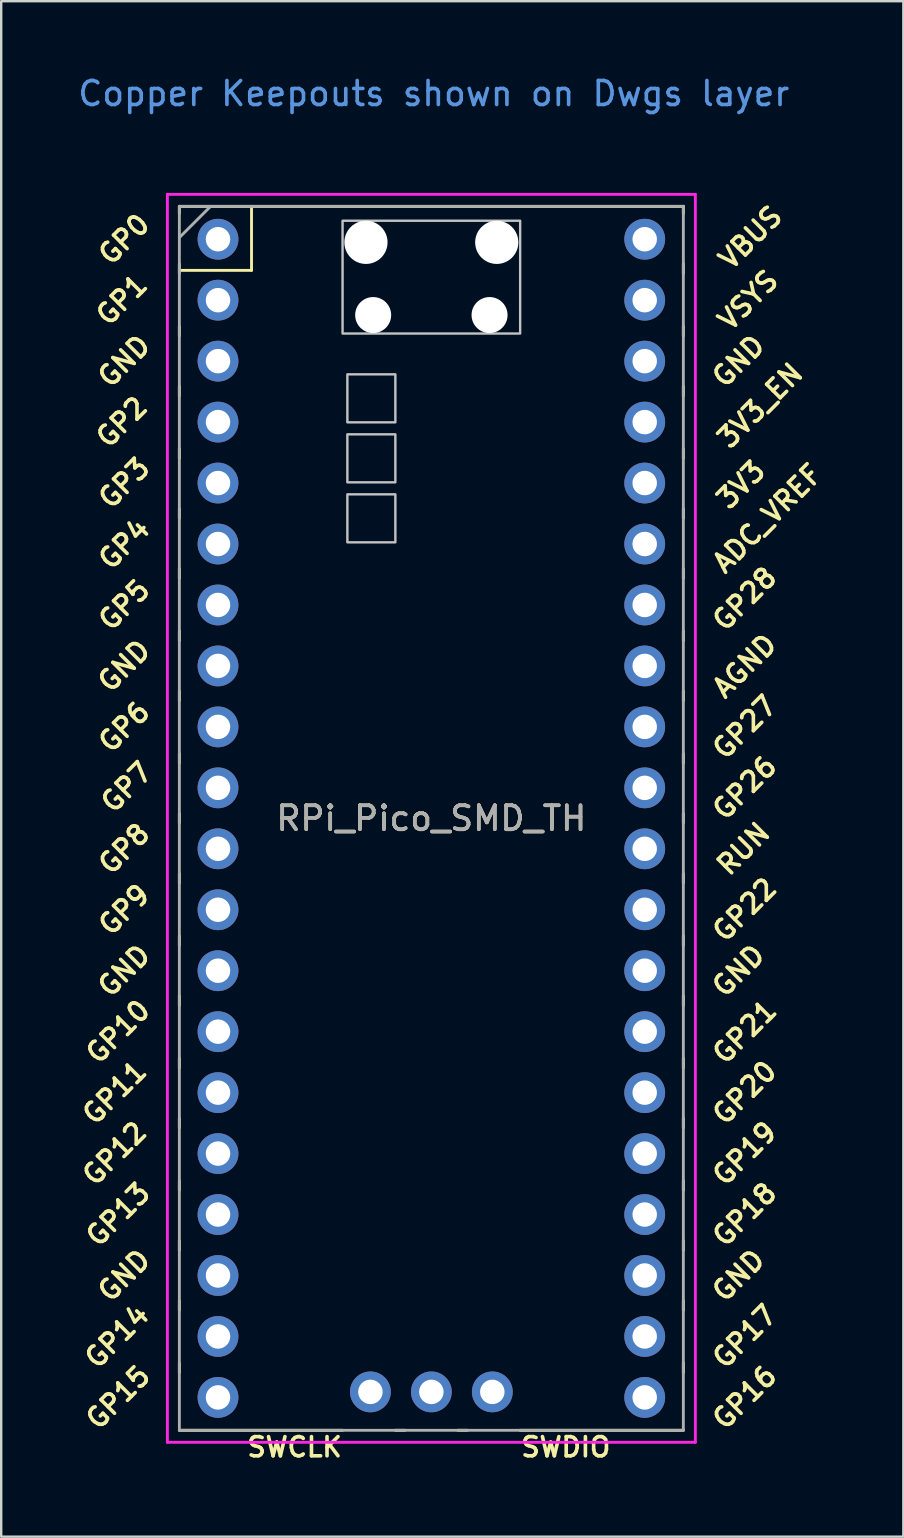
<source format=kicad_pcb>
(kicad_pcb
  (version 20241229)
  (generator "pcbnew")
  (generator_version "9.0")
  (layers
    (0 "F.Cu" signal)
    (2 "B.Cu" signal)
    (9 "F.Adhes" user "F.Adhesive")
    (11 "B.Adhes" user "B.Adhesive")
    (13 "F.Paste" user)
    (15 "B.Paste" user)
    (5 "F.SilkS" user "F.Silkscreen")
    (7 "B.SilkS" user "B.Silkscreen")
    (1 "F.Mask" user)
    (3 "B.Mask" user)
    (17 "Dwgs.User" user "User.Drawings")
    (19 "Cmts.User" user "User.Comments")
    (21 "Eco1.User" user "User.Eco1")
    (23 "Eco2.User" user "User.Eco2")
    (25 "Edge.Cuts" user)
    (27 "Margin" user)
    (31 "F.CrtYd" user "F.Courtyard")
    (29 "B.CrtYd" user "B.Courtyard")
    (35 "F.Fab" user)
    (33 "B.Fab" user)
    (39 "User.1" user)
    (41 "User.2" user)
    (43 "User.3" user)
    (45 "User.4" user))
  (footprint "RPi_Pico_SMD_TH"
    (layer "F.Cu")
    (at 14.924 31.048)
    (property "Reference" "RPi_Pico_SMD_TH" (at 0 0 0) (layer "F.SilkS") (effects (font (size 1 1) (thickness 0.15))))
    (attr through_hole)
    (fp_line (start -10.5 -25.5) (end -10.5 -25.2) (stroke (width 0.12) (type solid)) (layer "F.SilkS"))
    (fp_line (start -10.5 -25.5) (end 10.5 -25.5) (stroke (width 0.12) (type solid)) (layer "F.SilkS"))
    (fp_line (start -10.5 -23.1) (end -10.5 -22.7) (stroke (width 0.12) (type solid)) (layer "F.SilkS"))
    (fp_line (start -10.5 -22.833) (end -7.493 -22.833) (stroke (width 0.12) (type solid)) (layer "F.SilkS"))
    (fp_line (start -10.5 -20.5) (end -10.5 -20.1) (stroke (width 0.12) (type solid)) (layer "F.SilkS"))
    (fp_line (start -10.5 -18) (end -10.5 -17.6) (stroke (width 0.12) (type solid)) (layer "F.SilkS"))
    (fp_line (start -10.5 -15.4) (end -10.5 -15) (stroke (width 0.12) (type solid)) (layer "F.SilkS"))
    (fp_line (start -10.5 -12.9) (end -10.5 -12.5) (stroke (width 0.12) (type solid)) (layer "F.SilkS"))
    (fp_line (start -10.5 -10.4) (end -10.5 -10) (stroke (width 0.12) (type solid)) (layer "F.SilkS"))
    (fp_line (start -10.5 -7.8) (end -10.5 -7.4) (stroke (width 0.12) (type solid)) (layer "F.SilkS"))
    (fp_line (start -10.5 -5.3) (end -10.5 -4.9) (stroke (width 0.12) (type solid)) (layer "F.SilkS"))
    (fp_line (start -10.5 -2.7) (end -10.5 -2.3) (stroke (width 0.12) (type solid)) (layer "F.SilkS"))
    (fp_line (start -10.5 -0.2) (end -10.5 0.2) (stroke (width 0.12) (type solid)) (layer "F.SilkS"))
    (fp_line (start -10.5 2.3) (end -10.5 2.7) (stroke (width 0.12) (type solid)) (layer "F.SilkS"))
    (fp_line (start -10.5 4.9) (end -10.5 5.3) (stroke (width 0.12) (type solid)) (layer "F.SilkS"))
    (fp_line (start -10.5 7.4) (end -10.5 7.8) (stroke (width 0.12) (type solid)) (layer "F.SilkS"))
    (fp_line (start -10.5 10) (end -10.5 10.4) (stroke (width 0.12) (type solid)) (layer "F.SilkS"))
    (fp_line (start -10.5 12.5) (end -10.5 12.9) (stroke (width 0.12) (type solid)) (layer "F.SilkS"))
    (fp_line (start -10.5 15.1) (end -10.5 15.5) (stroke (width 0.12) (type solid)) (layer "F.SilkS"))
    (fp_line (start -10.5 17.6) (end -10.5 18) (stroke (width 0.12) (type solid)) (layer "F.SilkS"))
    (fp_line (start -10.5 20.1) (end -10.5 20.5) (stroke (width 0.12) (type solid)) (layer "F.SilkS"))
    (fp_line (start -10.5 22.7) (end -10.5 23.1) (stroke (width 0.12) (type solid)) (layer "F.SilkS"))
    (fp_line (start -7.493 -22.833) (end -7.493 -25.5) (stroke (width 0.12) (type solid)) (layer "F.SilkS"))
    (fp_line (start -3.7 25.5) (end -10.5 25.5) (stroke (width 0.12) (type solid)) (layer "F.SilkS"))
    (fp_line (start -1.5 25.5) (end -1.1 25.5) (stroke (width 0.12) (type solid)) (layer "F.SilkS"))
    (fp_line (start 1.1 25.5) (end 1.5 25.5) (stroke (width 0.12) (type solid)) (layer "F.SilkS"))
    (fp_line (start 10.5 -25.5) (end 10.5 -25.2) (stroke (width 0.12) (type solid)) (layer "F.SilkS"))
    (fp_line (start 10.5 -23.1) (end 10.5 -22.7) (stroke (width 0.12) (type solid)) (layer "F.SilkS"))
    (fp_line (start 10.5 -20.5) (end 10.5 -20.1) (stroke (width 0.12) (type solid)) (layer "F.SilkS"))
    (fp_line (start 10.5 -18) (end 10.5 -17.6) (stroke (width 0.12) (type solid)) (layer "F.SilkS"))
    (fp_line (start 10.5 -15.4) (end 10.5 -15) (stroke (width 0.12) (type solid)) (layer "F.SilkS"))
    (fp_line (start 10.5 -12.9) (end 10.5 -12.5) (stroke (width 0.12) (type solid)) (layer "F.SilkS"))
    (fp_line (start 10.5 -10.4) (end 10.5 -10) (stroke (width 0.12) (type solid)) (layer "F.SilkS"))
    (fp_line (start 10.5 -7.8) (end 10.5 -7.4) (stroke (width 0.12) (type solid)) (layer "F.SilkS"))
    (fp_line (start 10.5 -5.3) (end 10.5 -4.9) (stroke (width 0.12) (type solid)) (layer "F.SilkS"))
    (fp_line (start 10.5 -2.7) (end 10.5 -2.3) (stroke (width 0.12) (type solid)) (layer "F.SilkS"))
    (fp_line (start 10.5 -0.2) (end 10.5 0.2) (stroke (width 0.12) (type solid)) (layer "F.SilkS"))
    (fp_line (start 10.5 2.3) (end 10.5 2.7) (stroke (width 0.12) (type solid)) (layer "F.SilkS"))
    (fp_line (start 10.5 4.9) (end 10.5 5.3) (stroke (width 0.12) (type solid)) (layer "F.SilkS"))
    (fp_line (start 10.5 7.4) (end 10.5 7.8) (stroke (width 0.12) (type solid)) (layer "F.SilkS"))
    (fp_line (start 10.5 10) (end 10.5 10.4) (stroke (width 0.12) (type solid)) (layer "F.SilkS"))
    (fp_line (start 10.5 12.5) (end 10.5 12.9) (stroke (width 0.12) (type solid)) (layer "F.SilkS"))
    (fp_line (start 10.5 15.1) (end 10.5 15.5) (stroke (width 0.12) (type solid)) (layer "F.SilkS"))
    (fp_line (start 10.5 17.6) (end 10.5 18) (stroke (width 0.12) (type solid)) (layer "F.SilkS"))
    (fp_line (start 10.5 20.1) (end 10.5 20.5) (stroke (width 0.12) (type solid)) (layer "F.SilkS"))
    (fp_line (start 10.5 22.7) (end 10.5 23.1) (stroke (width 0.12) (type solid)) (layer "F.SilkS"))
    (fp_line (start 10.5 25.5) (end 3.7 25.5) (stroke (width 0.12) (type solid)) (layer "F.SilkS"))
    (fp_poly (pts (xy -1.5 -16.5) (xy -3.5 -16.5) (xy -3.5 -18.5) (xy -1.5 -18.5)) (stroke (width 0.1) (type solid)) (fill no) (layer "Dwgs.User"))
    (fp_poly (pts (xy -1.5 -14) (xy -3.5 -14) (xy -3.5 -16) (xy -1.5 -16)) (stroke (width 0.1) (type solid)) (fill no) (layer "Dwgs.User"))
    (fp_poly (pts (xy -1.5 -11.5) (xy -3.5 -11.5) (xy -3.5 -13.5) (xy -1.5 -13.5)) (stroke (width 0.1) (type solid)) (fill no) (layer "Dwgs.User"))
    (fp_poly (pts (xy 3.7 -20.2) (xy -3.7 -20.2) (xy -3.7 -24.9) (xy 3.7 -24.9)) (stroke (width 0.1) (type solid)) (fill no) (layer "Dwgs.User"))
    (fp_line (start -11 -26) (end 11 -26) (stroke (width 0.12) (type solid)) (layer "F.CrtYd"))
    (fp_line (start -11 26) (end -11 -26) (stroke (width 0.12) (type solid)) (layer "F.CrtYd"))
    (fp_line (start 11 -26) (end 11 26) (stroke (width 0.12) (type solid)) (layer "F.CrtYd"))
    (fp_line (start 11 26) (end -11 26) (stroke (width 0.12) (type solid)) (layer "F.CrtYd"))
    (fp_line (start -10.5 -25.5) (end 10.5 -25.5) (stroke (width 0.12) (type solid)) (layer "F.Fab"))
    (fp_line (start -10.5 -24.2) (end -9.2 -25.5) (stroke (width 0.12) (type solid)) (layer "F.Fab"))
    (fp_line (start -10.5 25.5) (end -10.5 -25.5) (stroke (width 0.12) (type solid)) (layer "F.Fab"))
    (fp_line (start 10.5 -25.5) (end 10.5 25.5) (stroke (width 0.12) (type solid)) (layer "F.Fab"))
    (fp_line (start 10.5 25.5) (end -10.5 25.5) (stroke (width 0.12) (type solid)) (layer "F.Fab"))
    (fp_text user "GP8" (at -12.8 1.27 45) (layer "F.SilkS") (effects (font (size 0.8 0.8) (thickness 0.15))))
    (fp_text user "RUN" (at 13 1.27 45) (layer "F.SilkS") (effects (font (size 0.8 0.8) (thickness 0.15))))
    (fp_text user "3V3" (at 12.9 -13.9 45) (layer "F.SilkS") (effects (font (size 0.8 0.8) (thickness 0.15))))
    (fp_text user "GP21" (at 13.054 8.9 45) (layer "F.SilkS") (effects (font (size 0.8 0.8) (thickness 0.15))))
    (fp_text user "GP2" (at -12.9 -16.51 45) (layer "F.SilkS") (effects (font (size 0.8 0.8) (thickness 0.15))))
    (fp_text user "GP1" (at -12.9 -21.6 45) (layer "F.SilkS") (effects (font (size 0.8 0.8) (thickness 0.15))))
    (fp_text user "VBUS" (at 13.3 -24.2 45) (layer "F.SilkS") (effects (font (size 0.8 0.8) (thickness 0.15))))
    (fp_text user "GP6" (at -12.8 -3.81 45) (layer "F.SilkS") (effects (font (size 0.8 0.8) (thickness 0.15))))
    (fp_text user "GND" (at 12.8 -19.05 45) (layer "F.SilkS") (effects (font (size 0.8 0.8) (thickness 0.15))))
    (fp_text user "GP28" (at 13.054 -9.144 45) (layer "F.SilkS") (effects (font (size 0.8 0.8) (thickness 0.15))))
    (fp_text user "ADC_VREF" (at 14 -12.5 45) (layer "F.SilkS") (effects (font (size 0.8 0.8) (thickness 0.15))))
    (fp_text user "GP22" (at 13.054 3.81 45) (layer "F.SilkS") (effects (font (size 0.8 0.8) (thickness 0.15))))
    (fp_text user "3V3_EN" (at 13.7 -17.2 45) (layer "F.SilkS") (effects (font (size 0.8 0.8) (thickness 0.15))))
    (fp_text user "GP18" (at 13.054 16.51 45) (layer "F.SilkS") (effects (font (size 0.8 0.8) (thickness 0.15))))
    (fp_text user "GND" (at -12.8 -6.35 45) (layer "F.SilkS") (effects (font (size 0.8 0.8) (thickness 0.15))))
    (fp_text user "GP11" (at -13.2 11.43 45) (layer "F.SilkS") (effects (font (size 0.8 0.8) (thickness 0.15))))
    (fp_text user "GP19" (at 13.054 13.97 45) (layer "F.SilkS") (effects (font (size 0.8 0.8) (thickness 0.15))))
    (fp_text user "GP9" (at -12.8 3.81 45) (layer "F.SilkS") (effects (font (size 0.8 0.8) (thickness 0.15))))
    (fp_text user "VSYS" (at 13.2 -21.59 45) (layer "F.SilkS") (effects (font (size 0.8 0.8) (thickness 0.15))))
    (fp_text user "GND" (at -12.8 -19.05 45) (layer "F.SilkS") (effects (font (size 0.8 0.8) (thickness 0.15))))
    (fp_text user "GP27" (at 13.054 -3.8 45) (layer "F.SilkS") (effects (font (size 0.8 0.8) (thickness 0.15))))
    (fp_text user "GP13" (at -13.054 16.51 45) (layer "F.SilkS") (effects (font (size 0.8 0.8) (thickness 0.15))))
    (fp_text user "GP5" (at -12.8 -8.89 45) (layer "F.SilkS") (effects (font (size 0.8 0.8) (thickness 0.15))))
    (fp_text user "GP10" (at -13.054 8.89 45) (layer "F.SilkS") (effects (font (size 0.8 0.8) (thickness 0.15))))
    (fp_text user "GP14" (at -13.1 21.59 45) (layer "F.SilkS") (effects (font (size 0.8 0.8) (thickness 0.15))))
    (fp_text user "GND" (at -12.8 6.35 45) (layer "F.SilkS") (effects (font (size 0.8 0.8) (thickness 0.15))))
    (fp_text user "GND" (at -12.8 19.05 45) (layer "F.SilkS") (effects (font (size 0.8 0.8) (thickness 0.15))))
    (fp_text user "GND" (at 12.8 6.35 45) (layer "F.SilkS") (effects (font (size 0.8 0.8) (thickness 0.15))))
    (fp_text user "GP20" (at 13.054 11.43 45) (layer "F.SilkS") (effects (font (size 0.8 0.8) (thickness 0.15))))
    (fp_text user "GP16" (at 13.054 24.13 45) (layer "F.SilkS") (effects (font (size 0.8 0.8) (thickness 0.15))))
    (fp_text user "GP4" (at -12.8 -11.43 45) (layer "F.SilkS") (effects (font (size 0.8 0.8) (thickness 0.15))))
    (fp_text user "GP3" (at -12.8 -13.97 45) (layer "F.SilkS") (effects (font (size 0.8 0.8) (thickness 0.15))))
    (fp_text user "GND" (at 12.8 19.05 45) (layer "F.SilkS") (effects (font (size 0.8 0.8) (thickness 0.15))))
    (fp_text user "GP15" (at -13.054 24.13 45) (layer "F.SilkS") (effects (font (size 0.8 0.8) (thickness 0.15))))
    (fp_text user "SWDIO" (at 5.6 26.2 0) (layer "F.SilkS") (effects (font (size 0.8 0.8) (thickness 0.15))))
    (fp_text user "GP17" (at 13.054 21.59 45) (layer "F.SilkS") (effects (font (size 0.8 0.8) (thickness 0.15))))
    (fp_text user "GP12" (at -13.2 13.97 45) (layer "F.SilkS") (effects (font (size 0.8 0.8) (thickness 0.15))))
    (fp_text user "AGND" (at 13.054 -6.35 45) (layer "F.SilkS") (effects (font (size 0.8 0.8) (thickness 0.15))))
    (fp_text user "GP0" (at -12.8 -24.13 45) (layer "F.SilkS") (effects (font (size 0.8 0.8) (thickness 0.15))))
    (fp_text user "GP7" (at -12.7 -1.3 45) (layer "F.SilkS") (effects (font (size 0.8 0.8) (thickness 0.15))))
    (fp_text user "GP26" (at 13.054 -1.27 45) (layer "F.SilkS") (effects (font (size 0.8 0.8) (thickness 0.15))))
    (fp_text user "SWCLK" (at -5.7 26.2 0) (layer "F.SilkS") (effects (font (size 0.8 0.8) (thickness 0.15))))
    (fp_text user "Copper Keepouts shown on Dwgs layer" (at 0.1 -30.2 0) (layer "Cmts.User") (effects (font (size 1 1) (thickness 0.15))))
    (fp_text user "${REFERENCE}" (at 0 0 180) (layer "F.Fab") (effects (font (size 1 1) (thickness 0.15))))
    (pad "" np_thru_hole oval (at -2.725 -24) (size 1.8 1.8) (drill 1.8) (layers "*.Cu" "*.Mask"))
    (pad "" np_thru_hole oval (at -2.425 -20.97) (size 1.5 1.5) (drill 1.5) (layers "*.Cu" "*.Mask"))
    (pad "" np_thru_hole oval (at 2.425 -20.97) (size 1.5 1.5) (drill 1.5) (layers "*.Cu" "*.Mask"))
    (pad "" np_thru_hole oval (at 2.725 -24) (size 1.8 1.8) (drill 1.8) (layers "*.Cu" "*.Mask"))
    (pad "1" thru_hole oval (at -8.89 -24.13) (size 1.7 1.7) (drill 1.02) (layers "*.Cu" "*.Mask"))
    (pad "2" thru_hole oval (at -8.89 -21.59) (size 1.7 1.7) (drill 1.02) (layers "*.Cu" "*.Mask"))
    (pad "3" thru_hole circle (at -8.89 -19.05) (size 1.7 1.7) (drill 1.02) (layers "*.Cu" "*.Mask"))
    (pad "4" thru_hole oval (at -8.89 -16.51) (size 1.7 1.7) (drill 1.02) (layers "*.Cu" "*.Mask"))
    (pad "5" thru_hole oval (at -8.89 -13.97) (size 1.7 1.7) (drill 1.02) (layers "*.Cu" "*.Mask"))
    (pad "6" thru_hole oval (at -8.89 -11.43) (size 1.7 1.7) (drill 1.02) (layers "*.Cu" "*.Mask"))
    (pad "7" thru_hole oval (at -8.89 -8.89) (size 1.7 1.7) (drill 1.02) (layers "*.Cu" "*.Mask"))
    (pad "8" thru_hole circle (at -8.89 -6.35) (size 1.7 1.7) (drill 1.02) (layers "*.Cu" "*.Mask"))
    (pad "9" thru_hole oval (at -8.89 -3.81) (size 1.7 1.7) (drill 1.02) (layers "*.Cu" "*.Mask"))
    (pad "10" thru_hole oval (at -8.89 -1.27) (size 1.7 1.7) (drill 1.02) (layers "*.Cu" "*.Mask"))
    (pad "11" thru_hole oval (at -8.89 1.27) (size 1.7 1.7) (drill 1.02) (layers "*.Cu" "*.Mask"))
    (pad "12" thru_hole oval (at -8.89 3.81) (size 1.7 1.7) (drill 1.02) (layers "*.Cu" "*.Mask"))
    (pad "13" thru_hole circle (at -8.89 6.35) (size 1.7 1.7) (drill 1.02) (layers "*.Cu" "*.Mask"))
    (pad "14" thru_hole oval (at -8.89 8.89) (size 1.7 1.7) (drill 1.02) (layers "*.Cu" "*.Mask"))
    (pad "15" thru_hole oval (at -8.89 11.43) (size 1.7 1.7) (drill 1.02) (layers "*.Cu" "*.Mask"))
    (pad "16" thru_hole oval (at -8.89 13.97) (size 1.7 1.7) (drill 1.02) (layers "*.Cu" "*.Mask"))
    (pad "17" thru_hole oval (at -8.89 16.51) (size 1.7 1.7) (drill 1.02) (layers "*.Cu" "*.Mask"))
    (pad "18" thru_hole circle (at -8.89 19.05) (size 1.7 1.7) (drill 1.02) (layers "*.Cu" "*.Mask"))
    (pad "19" thru_hole oval (at -8.89 21.59) (size 1.7 1.7) (drill 1.02) (layers "*.Cu" "*.Mask"))
    (pad "20" thru_hole oval (at -8.89 24.13) (size 1.7 1.7) (drill 1.02) (layers "*.Cu" "*.Mask"))
    (pad "21" thru_hole oval (at 8.89 24.13) (size 1.7 1.7) (drill 1.02) (layers "*.Cu" "*.Mask"))
    (pad "22" thru_hole oval (at 8.89 21.59) (size 1.7 1.7) (drill 1.02) (layers "*.Cu" "*.Mask"))
    (pad "23" thru_hole circle (at 8.89 19.05) (size 1.7 1.7) (drill 1.02) (layers "*.Cu" "*.Mask"))
    (pad "24" thru_hole oval (at 8.89 16.51) (size 1.7 1.7) (drill 1.02) (layers "*.Cu" "*.Mask"))
    (pad "25" thru_hole oval (at 8.89 13.97) (size 1.7 1.7) (drill 1.02) (layers "*.Cu" "*.Mask"))
    (pad "26" thru_hole oval (at 8.89 11.43) (size 1.7 1.7) (drill 1.02) (layers "*.Cu" "*.Mask"))
    (pad "27" thru_hole oval (at 8.89 8.89) (size 1.7 1.7) (drill 1.02) (layers "*.Cu" "*.Mask"))
    (pad "28" thru_hole circle (at 8.89 6.35) (size 1.7 1.7) (drill 1.02) (layers "*.Cu" "*.Mask"))
    (pad "29" thru_hole oval (at 8.89 3.81) (size 1.7 1.7) (drill 1.02) (layers "*.Cu" "*.Mask"))
    (pad "30" thru_hole oval (at 8.89 1.27) (size 1.7 1.7) (drill 1.02) (layers "*.Cu" "*.Mask"))
    (pad "31" thru_hole oval (at 8.89 -1.27) (size 1.7 1.7) (drill 1.02) (layers "*.Cu" "*.Mask"))
    (pad "32" thru_hole oval (at 8.89 -3.81) (size 1.7 1.7) (drill 1.02) (layers "*.Cu" "*.Mask"))
    (pad "33" thru_hole circle (at 8.89 -6.35) (size 1.7 1.7) (drill 1.02) (layers "*.Cu" "*.Mask"))
    (pad "34" thru_hole oval (at 8.89 -8.89) (size 1.7 1.7) (drill 1.02) (layers "*.Cu" "*.Mask"))
    (pad "35" thru_hole oval (at 8.89 -11.43) (size 1.7 1.7) (drill 1.02) (layers "*.Cu" "*.Mask"))
    (pad "36" thru_hole oval (at 8.89 -13.97) (size 1.7 1.7) (drill 1.02) (layers "*.Cu" "*.Mask"))
    (pad "37" thru_hole oval (at 8.89 -16.51) (size 1.7 1.7) (drill 1.02) (layers "*.Cu" "*.Mask"))
    (pad "38" thru_hole circle (at 8.89 -19.05) (size 1.7 1.7) (drill 1.02) (layers "*.Cu" "*.Mask"))
    (pad "39" thru_hole oval (at 8.89 -21.59) (size 1.7 1.7) (drill 1.02) (layers "*.Cu" "*.Mask"))
    (pad "40" thru_hole oval (at 8.89 -24.13) (size 1.7 1.7) (drill 1.02) (layers "*.Cu" "*.Mask"))
    (pad "41" thru_hole oval (at -2.54 23.9) (size 1.7 1.7) (drill 1.02) (layers "*.Cu" "*.Mask"))
    (pad "42" thru_hole circle (at 0 23.9) (size 1.7 1.7) (drill 1.02) (layers "*.Cu" "*.Mask"))
    (pad "43" thru_hole oval (at 2.54 23.9) (size 1.7 1.7) (drill 1.02) (layers "*.Cu" "*.Mask")))
  (gr_rect
    (start -3 -3)
    (end 34.591 60.98)
    (stroke (width 0.1) (type default))
    (fill no)
    (layer "Edge.Cuts")))
</source>
